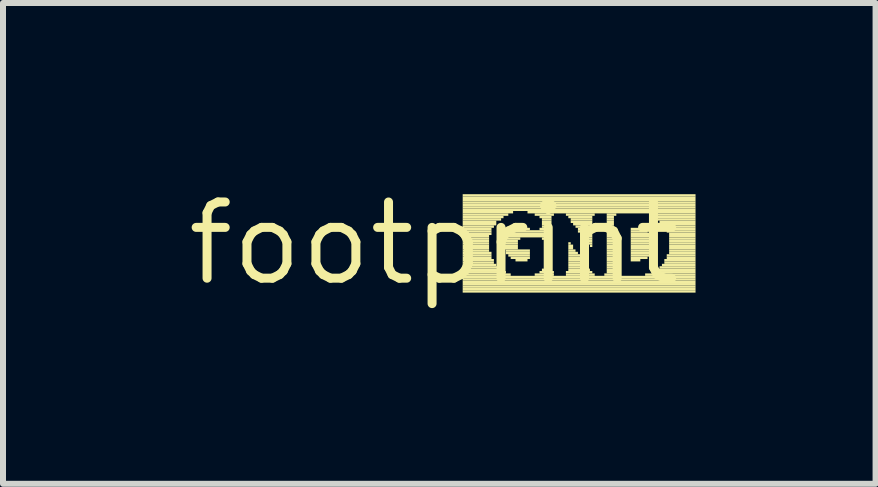
<source format=kicad_pcb>
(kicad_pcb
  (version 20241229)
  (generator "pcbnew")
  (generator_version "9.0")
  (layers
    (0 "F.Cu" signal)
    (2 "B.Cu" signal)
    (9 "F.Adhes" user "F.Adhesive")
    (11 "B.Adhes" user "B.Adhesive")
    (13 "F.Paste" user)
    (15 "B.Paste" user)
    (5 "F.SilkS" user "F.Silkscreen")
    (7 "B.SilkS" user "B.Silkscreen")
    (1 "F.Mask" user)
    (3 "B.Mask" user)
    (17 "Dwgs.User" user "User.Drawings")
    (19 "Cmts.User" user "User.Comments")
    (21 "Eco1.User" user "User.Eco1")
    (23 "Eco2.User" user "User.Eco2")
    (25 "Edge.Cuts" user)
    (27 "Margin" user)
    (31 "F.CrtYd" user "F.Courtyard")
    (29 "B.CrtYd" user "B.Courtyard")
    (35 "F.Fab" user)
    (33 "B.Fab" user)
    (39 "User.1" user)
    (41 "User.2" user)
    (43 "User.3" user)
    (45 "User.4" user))
  (footprint "footprint"
    (layer "F.Cu")
    (at 4.18 1.006)
    (property "Reference" "footprint" (at 0 0 0) (layer "F.SilkS") (effects (font (size 1.27 1.27) (thickness 0.15))))
    (fp_poly (pts (xy 0.48 -0.78) (xy 4.36 -0.78) (xy 4.36 -0.82) (xy 0.48 -0.82)) (stroke (width 0) (type solid)) (fill yes) (layer "F.SilkS"))
    (fp_poly (pts (xy 0.48 -0.74) (xy 4.36 -0.74) (xy 4.36 -0.78) (xy 0.48 -0.78)) (stroke (width 0) (type solid)) (fill yes) (layer "F.SilkS"))
    (fp_poly (pts (xy 0.48 -0.7) (xy 4.36 -0.7) (xy 4.36 -0.74) (xy 0.48 -0.74)) (stroke (width 0) (type solid)) (fill yes) (layer "F.SilkS"))
    (fp_poly (pts (xy 0.48 -0.66) (xy 4.36 -0.66) (xy 4.36 -0.7) (xy 0.48 -0.7)) (stroke (width 0) (type solid)) (fill yes) (layer "F.SilkS"))
    (fp_poly (pts (xy 0.48 -0.62) (xy 4.36 -0.62) (xy 4.36 -0.66) (xy 0.48 -0.66)) (stroke (width 0) (type solid)) (fill yes) (layer "F.SilkS"))
    (fp_poly (pts (xy 0.48 -0.58) (xy 4.36 -0.58) (xy 4.36 -0.62) (xy 0.48 -0.62)) (stroke (width 0) (type solid)) (fill yes) (layer "F.SilkS"))
    (fp_poly (pts (xy 0.48 -0.54) (xy 4.36 -0.54) (xy 4.36 -0.58) (xy 0.48 -0.58)) (stroke (width 0) (type solid)) (fill yes) (layer "F.SilkS"))
    (fp_poly (pts (xy 0.48 -0.5) (xy 1.32 -0.5) (xy 1.32 -0.54) (xy 0.48 -0.54)) (stroke (width 0) (type solid)) (fill yes) (layer "F.SilkS"))
    (fp_poly (pts (xy 0.48 -0.46) (xy 1.24 -0.46) (xy 1.24 -0.5) (xy 0.48 -0.5)) (stroke (width 0) (type solid)) (fill yes) (layer "F.SilkS"))
    (fp_poly (pts (xy 0.48 -0.42) (xy 1.16 -0.42) (xy 1.16 -0.46) (xy 0.48 -0.46)) (stroke (width 0) (type solid)) (fill yes) (layer "F.SilkS"))
    (fp_poly (pts (xy 0.48 -0.38) (xy 1.12 -0.38) (xy 1.12 -0.42) (xy 0.48 -0.42)) (stroke (width 0) (type solid)) (fill yes) (layer "F.SilkS"))
    (fp_poly (pts (xy 0.48 -0.34) (xy 1.04 -0.34) (xy 1.04 -0.38) (xy 0.48 -0.38)) (stroke (width 0) (type solid)) (fill yes) (layer "F.SilkS"))
    (fp_poly (pts (xy 0.48 -0.3) (xy 1.04 -0.3) (xy 1.04 -0.34) (xy 0.48 -0.34)) (stroke (width 0) (type solid)) (fill yes) (layer "F.SilkS"))
    (fp_poly (pts (xy 0.48 -0.26) (xy 1 -0.26) (xy 1 -0.3) (xy 0.48 -0.3)) (stroke (width 0) (type solid)) (fill yes) (layer "F.SilkS"))
    (fp_poly (pts (xy 0.48 -0.22) (xy 0.96 -0.22) (xy 0.96 -0.26) (xy 0.48 -0.26)) (stroke (width 0) (type solid)) (fill yes) (layer "F.SilkS"))
    (fp_poly (pts (xy 0.48 -0.18) (xy 0.96 -0.18) (xy 0.96 -0.22) (xy 0.48 -0.22)) (stroke (width 0) (type solid)) (fill yes) (layer "F.SilkS"))
    (fp_poly (pts (xy 0.48 -0.14) (xy 0.96 -0.14) (xy 0.96 -0.18) (xy 0.48 -0.18)) (stroke (width 0) (type solid)) (fill yes) (layer "F.SilkS"))
    (fp_poly (pts (xy 0.48 -0.1) (xy 0.92 -0.1) (xy 0.92 -0.14) (xy 0.48 -0.14)) (stroke (width 0) (type solid)) (fill yes) (layer "F.SilkS"))
    (fp_poly (pts (xy 0.48 -0.06) (xy 0.92 -0.06) (xy 0.92 -0.1) (xy 0.48 -0.1)) (stroke (width 0) (type solid)) (fill yes) (layer "F.SilkS"))
    (fp_poly (pts (xy 0.48 -0.02) (xy 0.92 -0.02) (xy 0.92 -0.06) (xy 0.48 -0.06)) (stroke (width 0) (type solid)) (fill yes) (layer "F.SilkS"))
    (fp_poly (pts (xy 0.48 0.02) (xy 0.92 0.02) (xy 0.92 -0.02) (xy 0.48 -0.02)) (stroke (width 0) (type solid)) (fill yes) (layer "F.SilkS"))
    (fp_poly (pts (xy 0.48 0.06) (xy 0.92 0.06) (xy 0.92 0.02) (xy 0.48 0.02)) (stroke (width 0) (type solid)) (fill yes) (layer "F.SilkS"))
    (fp_poly (pts (xy 0.48 0.1) (xy 0.92 0.1) (xy 0.92 0.06) (xy 0.48 0.06)) (stroke (width 0) (type solid)) (fill yes) (layer "F.SilkS"))
    (fp_poly (pts (xy 0.48 0.14) (xy 0.92 0.14) (xy 0.92 0.1) (xy 0.48 0.1)) (stroke (width 0) (type solid)) (fill yes) (layer "F.SilkS"))
    (fp_poly (pts (xy 0.48 0.18) (xy 0.96 0.18) (xy 0.96 0.14) (xy 0.48 0.14)) (stroke (width 0) (type solid)) (fill yes) (layer "F.SilkS"))
    (fp_poly (pts (xy 0.48 0.22) (xy 0.96 0.22) (xy 0.96 0.18) (xy 0.48 0.18)) (stroke (width 0) (type solid)) (fill yes) (layer "F.SilkS"))
    (fp_poly (pts (xy 0.48 0.26) (xy 0.96 0.26) (xy 0.96 0.22) (xy 0.48 0.22)) (stroke (width 0) (type solid)) (fill yes) (layer "F.SilkS"))
    (fp_poly (pts (xy 0.48 0.3) (xy 1 0.3) (xy 1 0.26) (xy 0.48 0.26)) (stroke (width 0) (type solid)) (fill yes) (layer "F.SilkS"))
    (fp_poly (pts (xy 0.48 0.34) (xy 1 0.34) (xy 1 0.3) (xy 0.48 0.3)) (stroke (width 0) (type solid)) (fill yes) (layer "F.SilkS"))
    (fp_poly (pts (xy 0.48 0.38) (xy 1.04 0.38) (xy 1.04 0.34) (xy 0.48 0.34)) (stroke (width 0) (type solid)) (fill yes) (layer "F.SilkS"))
    (fp_poly (pts (xy 0.48 0.42) (xy 1.08 0.42) (xy 1.08 0.38) (xy 0.48 0.38)) (stroke (width 0) (type solid)) (fill yes) (layer "F.SilkS"))
    (fp_poly (pts (xy 0.48 0.46) (xy 1.12 0.46) (xy 1.12 0.42) (xy 0.48 0.42)) (stroke (width 0) (type solid)) (fill yes) (layer "F.SilkS"))
    (fp_poly (pts (xy 0.48 0.5) (xy 1.2 0.5) (xy 1.2 0.46) (xy 0.48 0.46)) (stroke (width 0) (type solid)) (fill yes) (layer "F.SilkS"))
    (fp_poly (pts (xy 0.48 0.54) (xy 1.28 0.54) (xy 1.28 0.5) (xy 0.48 0.5)) (stroke (width 0) (type solid)) (fill yes) (layer "F.SilkS"))
    (fp_poly (pts (xy 0.48 0.58) (xy 4.36 0.58) (xy 4.36 0.54) (xy 0.48 0.54)) (stroke (width 0) (type solid)) (fill yes) (layer "F.SilkS"))
    (fp_poly (pts (xy 0.48 0.62) (xy 4.36 0.62) (xy 4.36 0.58) (xy 0.48 0.58)) (stroke (width 0) (type solid)) (fill yes) (layer "F.SilkS"))
    (fp_poly (pts (xy 0.48 0.66) (xy 4.36 0.66) (xy 4.36 0.62) (xy 0.48 0.62)) (stroke (width 0) (type solid)) (fill yes) (layer "F.SilkS"))
    (fp_poly (pts (xy 0.48 0.7) (xy 4.36 0.7) (xy 4.36 0.66) (xy 0.48 0.66)) (stroke (width 0) (type solid)) (fill yes) (layer "F.SilkS"))
    (fp_poly (pts (xy 0.48 0.74) (xy 4.36 0.74) (xy 4.36 0.7) (xy 0.48 0.7)) (stroke (width 0) (type solid)) (fill yes) (layer "F.SilkS"))
    (fp_poly (pts (xy 0.48 0.78) (xy 4.36 0.78) (xy 4.36 0.74) (xy 0.48 0.74)) (stroke (width 0) (type solid)) (fill yes) (layer "F.SilkS"))
    (fp_poly (pts (xy 0.48 0.82) (xy 4.36 0.82) (xy 4.36 0.78) (xy 0.48 0.78)) (stroke (width 0) (type solid)) (fill yes) (layer "F.SilkS"))
    (fp_poly (pts (xy 1.16 -0.06) (xy 1.44 -0.06) (xy 1.44 -0.1) (xy 1.16 -0.1)) (stroke (width 0) (type solid)) (fill yes) (layer "F.SilkS"))
    (fp_poly (pts (xy 1.16 -0.02) (xy 1.4 -0.02) (xy 1.4 -0.06) (xy 1.16 -0.06)) (stroke (width 0) (type solid)) (fill yes) (layer "F.SilkS"))
    (fp_poly (pts (xy 1.16 0.02) (xy 1.4 0.02) (xy 1.4 -0.02) (xy 1.16 -0.02)) (stroke (width 0) (type solid)) (fill yes) (layer "F.SilkS"))
    (fp_poly (pts (xy 1.16 0.06) (xy 1.4 0.06) (xy 1.4 0.02) (xy 1.16 0.02)) (stroke (width 0) (type solid)) (fill yes) (layer "F.SilkS"))
    (fp_poly (pts (xy 1.16 0.1) (xy 1.4 0.1) (xy 1.4 0.06) (xy 1.16 0.06)) (stroke (width 0) (type solid)) (fill yes) (layer "F.SilkS"))
    (fp_poly (pts (xy 1.2 -0.14) (xy 1.96 -0.14) (xy 1.96 -0.18) (xy 1.2 -0.18)) (stroke (width 0) (type solid)) (fill yes) (layer "F.SilkS"))
    (fp_poly (pts (xy 1.2 -0.1) (xy 1.96 -0.1) (xy 1.96 -0.14) (xy 1.2 -0.14)) (stroke (width 0) (type solid)) (fill yes) (layer "F.SilkS"))
    (fp_poly (pts (xy 1.2 0.14) (xy 1.6 0.14) (xy 1.6 0.1) (xy 1.2 0.1)) (stroke (width 0) (type solid)) (fill yes) (layer "F.SilkS"))
    (fp_poly (pts (xy 1.2 0.18) (xy 1.6 0.18) (xy 1.6 0.14) (xy 1.2 0.14)) (stroke (width 0) (type solid)) (fill yes) (layer "F.SilkS"))
    (fp_poly (pts (xy 1.24 -0.18) (xy 1.96 -0.18) (xy 1.96 -0.22) (xy 1.24 -0.22)) (stroke (width 0) (type solid)) (fill yes) (layer "F.SilkS"))
    (fp_poly (pts (xy 1.24 0.22) (xy 1.6 0.22) (xy 1.6 0.18) (xy 1.24 0.18)) (stroke (width 0) (type solid)) (fill yes) (layer "F.SilkS"))
    (fp_poly (pts (xy 1.28 0.26) (xy 1.6 0.26) (xy 1.6 0.22) (xy 1.28 0.22)) (stroke (width 0) (type solid)) (fill yes) (layer "F.SilkS"))
    (fp_poly (pts (xy 1.32 -0.22) (xy 1.6 -0.22) (xy 1.6 -0.26) (xy 1.32 -0.26)) (stroke (width 0) (type solid)) (fill yes) (layer "F.SilkS"))
    (fp_poly (pts (xy 1.36 0.3) (xy 1.56 0.3) (xy 1.56 0.26) (xy 1.36 0.26)) (stroke (width 0) (type solid)) (fill yes) (layer "F.SilkS"))
    (fp_poly (pts (xy 1.56 -0.5) (xy 4.36 -0.5) (xy 4.36 -0.54) (xy 1.56 -0.54)) (stroke (width 0) (type solid)) (fill yes) (layer "F.SilkS"))
    (fp_poly (pts (xy 1.68 -0.46) (xy 2 -0.46) (xy 2 -0.5) (xy 1.68 -0.5)) (stroke (width 0) (type solid)) (fill yes) (layer "F.SilkS"))
    (fp_poly (pts (xy 1.68 0.54) (xy 2 0.54) (xy 2 0.5) (xy 1.68 0.5)) (stroke (width 0) (type solid)) (fill yes) (layer "F.SilkS"))
    (fp_poly (pts (xy 1.76 -0.42) (xy 1.96 -0.42) (xy 1.96 -0.46) (xy 1.76 -0.46)) (stroke (width 0) (type solid)) (fill yes) (layer "F.SilkS"))
    (fp_poly (pts (xy 1.76 -0.22) (xy 1.96 -0.22) (xy 1.96 -0.26) (xy 1.76 -0.26)) (stroke (width 0) (type solid)) (fill yes) (layer "F.SilkS"))
    (fp_poly (pts (xy 1.76 0.5) (xy 2 0.5) (xy 2 0.46) (xy 1.76 0.46)) (stroke (width 0) (type solid)) (fill yes) (layer "F.SilkS"))
    (fp_poly (pts (xy 1.8 -0.38) (xy 1.96 -0.38) (xy 1.96 -0.42) (xy 1.8 -0.42)) (stroke (width 0) (type solid)) (fill yes) (layer "F.SilkS"))
    (fp_poly (pts (xy 1.8 -0.34) (xy 1.96 -0.34) (xy 1.96 -0.38) (xy 1.8 -0.38)) (stroke (width 0) (type solid)) (fill yes) (layer "F.SilkS"))
    (fp_poly (pts (xy 1.8 -0.3) (xy 1.96 -0.3) (xy 1.96 -0.34) (xy 1.8 -0.34)) (stroke (width 0) (type solid)) (fill yes) (layer "F.SilkS"))
    (fp_poly (pts (xy 1.8 -0.26) (xy 1.96 -0.26) (xy 1.96 -0.3) (xy 1.8 -0.3)) (stroke (width 0) (type solid)) (fill yes) (layer "F.SilkS"))
    (fp_poly (pts (xy 1.8 -0.06) (xy 1.96 -0.06) (xy 1.96 -0.1) (xy 1.8 -0.1)) (stroke (width 0) (type solid)) (fill yes) (layer "F.SilkS"))
    (fp_poly (pts (xy 1.8 0.46) (xy 1.96 0.46) (xy 1.96 0.42) (xy 1.8 0.42)) (stroke (width 0) (type solid)) (fill yes) (layer "F.SilkS"))
    (fp_poly (pts (xy 1.84 -0.02) (xy 1.96 -0.02) (xy 1.96 -0.06) (xy 1.84 -0.06)) (stroke (width 0) (type solid)) (fill yes) (layer "F.SilkS"))
    (fp_poly (pts (xy 1.84 0.02) (xy 1.96 0.02) (xy 1.96 -0.02) (xy 1.84 -0.02)) (stroke (width 0) (type solid)) (fill yes) (layer "F.SilkS"))
    (fp_poly (pts (xy 1.84 0.06) (xy 1.96 0.06) (xy 1.96 0.02) (xy 1.84 0.02)) (stroke (width 0) (type solid)) (fill yes) (layer "F.SilkS"))
    (fp_poly (pts (xy 1.84 0.1) (xy 1.96 0.1) (xy 1.96 0.06) (xy 1.84 0.06)) (stroke (width 0) (type solid)) (fill yes) (layer "F.SilkS"))
    (fp_poly (pts (xy 1.84 0.14) (xy 1.96 0.14) (xy 1.96 0.1) (xy 1.84 0.1)) (stroke (width 0) (type solid)) (fill yes) (layer "F.SilkS"))
    (fp_poly (pts (xy 1.84 0.18) (xy 1.96 0.18) (xy 1.96 0.14) (xy 1.84 0.14)) (stroke (width 0) (type solid)) (fill yes) (layer "F.SilkS"))
    (fp_poly (pts (xy 1.84 0.22) (xy 1.96 0.22) (xy 1.96 0.18) (xy 1.84 0.18)) (stroke (width 0) (type solid)) (fill yes) (layer "F.SilkS"))
    (fp_poly (pts (xy 1.84 0.26) (xy 1.96 0.26) (xy 1.96 0.22) (xy 1.84 0.22)) (stroke (width 0) (type solid)) (fill yes) (layer "F.SilkS"))
    (fp_poly (pts (xy 1.84 0.3) (xy 1.96 0.3) (xy 1.96 0.26) (xy 1.84 0.26)) (stroke (width 0) (type solid)) (fill yes) (layer "F.SilkS"))
    (fp_poly (pts (xy 1.84 0.34) (xy 1.96 0.34) (xy 1.96 0.3) (xy 1.84 0.3)) (stroke (width 0) (type solid)) (fill yes) (layer "F.SilkS"))
    (fp_poly (pts (xy 1.84 0.38) (xy 1.96 0.38) (xy 1.96 0.34) (xy 1.84 0.34)) (stroke (width 0) (type solid)) (fill yes) (layer "F.SilkS"))
    (fp_poly (pts (xy 1.84 0.42) (xy 1.96 0.42) (xy 1.96 0.38) (xy 1.84 0.38)) (stroke (width 0) (type solid)) (fill yes) (layer "F.SilkS"))
    (fp_poly (pts (xy 2.2 -0.46) (xy 2.68 -0.46) (xy 2.68 -0.5) (xy 2.2 -0.5)) (stroke (width 0) (type solid)) (fill yes) (layer "F.SilkS"))
    (fp_poly (pts (xy 2.2 0.5) (xy 2.64 0.5) (xy 2.64 0.46) (xy 2.2 0.46)) (stroke (width 0) (type solid)) (fill yes) (layer "F.SilkS"))
    (fp_poly (pts (xy 2.2 0.54) (xy 2.68 0.54) (xy 2.68 0.5) (xy 2.2 0.5)) (stroke (width 0) (type solid)) (fill yes) (layer "F.SilkS"))
    (fp_poly (pts (xy 2.24 -0.42) (xy 2.64 -0.42) (xy 2.64 -0.46) (xy 2.24 -0.46)) (stroke (width 0) (type solid)) (fill yes) (layer "F.SilkS"))
    (fp_poly (pts (xy 2.24 0.02) (xy 2.28 0.02) (xy 2.28 -0.02) (xy 2.24 -0.02)) (stroke (width 0) (type solid)) (fill yes) (layer "F.SilkS"))
    (fp_poly (pts (xy 2.24 0.06) (xy 2.32 0.06) (xy 2.32 0.02) (xy 2.24 0.02)) (stroke (width 0) (type solid)) (fill yes) (layer "F.SilkS"))
    (fp_poly (pts (xy 2.24 0.1) (xy 2.32 0.1) (xy 2.32 0.06) (xy 2.24 0.06)) (stroke (width 0) (type solid)) (fill yes) (layer "F.SilkS"))
    (fp_poly (pts (xy 2.24 0.14) (xy 2.36 0.14) (xy 2.36 0.1) (xy 2.24 0.1)) (stroke (width 0) (type solid)) (fill yes) (layer "F.SilkS"))
    (fp_poly (pts (xy 2.24 0.18) (xy 2.4 0.18) (xy 2.4 0.14) (xy 2.24 0.14)) (stroke (width 0) (type solid)) (fill yes) (layer "F.SilkS"))
    (fp_poly (pts (xy 2.24 0.22) (xy 2.44 0.22) (xy 2.44 0.18) (xy 2.24 0.18)) (stroke (width 0) (type solid)) (fill yes) (layer "F.SilkS"))
    (fp_poly (pts (xy 2.24 0.26) (xy 2.44 0.26) (xy 2.44 0.22) (xy 2.24 0.22)) (stroke (width 0) (type solid)) (fill yes) (layer "F.SilkS"))
    (fp_poly (pts (xy 2.24 0.3) (xy 2.48 0.3) (xy 2.48 0.26) (xy 2.24 0.26)) (stroke (width 0) (type solid)) (fill yes) (layer "F.SilkS"))
    (fp_poly (pts (xy 2.24 0.34) (xy 2.52 0.34) (xy 2.52 0.3) (xy 2.24 0.3)) (stroke (width 0) (type solid)) (fill yes) (layer "F.SilkS"))
    (fp_poly (pts (xy 2.24 0.38) (xy 2.56 0.38) (xy 2.56 0.34) (xy 2.24 0.34)) (stroke (width 0) (type solid)) (fill yes) (layer "F.SilkS"))
    (fp_poly (pts (xy 2.24 0.42) (xy 2.56 0.42) (xy 2.56 0.38) (xy 2.24 0.38)) (stroke (width 0) (type solid)) (fill yes) (layer "F.SilkS"))
    (fp_poly (pts (xy 2.24 0.46) (xy 2.6 0.46) (xy 2.6 0.42) (xy 2.24 0.42)) (stroke (width 0) (type solid)) (fill yes) (layer "F.SilkS"))
    (fp_poly (pts (xy 2.28 -0.38) (xy 2.64 -0.38) (xy 2.64 -0.42) (xy 2.28 -0.42)) (stroke (width 0) (type solid)) (fill yes) (layer "F.SilkS"))
    (fp_poly (pts (xy 2.28 -0.34) (xy 2.64 -0.34) (xy 2.64 -0.38) (xy 2.28 -0.38)) (stroke (width 0) (type solid)) (fill yes) (layer "F.SilkS"))
    (fp_poly (pts (xy 2.32 -0.3) (xy 2.64 -0.3) (xy 2.64 -0.34) (xy 2.32 -0.34)) (stroke (width 0) (type solid)) (fill yes) (layer "F.SilkS"))
    (fp_poly (pts (xy 2.36 -0.26) (xy 2.64 -0.26) (xy 2.64 -0.3) (xy 2.36 -0.3)) (stroke (width 0) (type solid)) (fill yes) (layer "F.SilkS"))
    (fp_poly (pts (xy 2.4 -0.22) (xy 2.64 -0.22) (xy 2.64 -0.26) (xy 2.4 -0.26)) (stroke (width 0) (type solid)) (fill yes) (layer "F.SilkS"))
    (fp_poly (pts (xy 2.4 -0.18) (xy 2.64 -0.18) (xy 2.64 -0.22) (xy 2.4 -0.22)) (stroke (width 0) (type solid)) (fill yes) (layer "F.SilkS"))
    (fp_poly (pts (xy 2.44 -0.14) (xy 2.64 -0.14) (xy 2.64 -0.18) (xy 2.44 -0.18)) (stroke (width 0) (type solid)) (fill yes) (layer "F.SilkS"))
    (fp_poly (pts (xy 2.48 -0.1) (xy 2.64 -0.1) (xy 2.64 -0.14) (xy 2.48 -0.14)) (stroke (width 0) (type solid)) (fill yes) (layer "F.SilkS"))
    (fp_poly (pts (xy 2.52 -0.06) (xy 2.64 -0.06) (xy 2.64 -0.1) (xy 2.52 -0.1)) (stroke (width 0) (type solid)) (fill yes) (layer "F.SilkS"))
    (fp_poly (pts (xy 2.52 -0.02) (xy 2.64 -0.02) (xy 2.64 -0.06) (xy 2.52 -0.06)) (stroke (width 0) (type solid)) (fill yes) (layer "F.SilkS"))
    (fp_poly (pts (xy 2.56 0.02) (xy 2.64 0.02) (xy 2.64 -0.02) (xy 2.56 -0.02)) (stroke (width 0) (type solid)) (fill yes) (layer "F.SilkS"))
    (fp_poly (pts (xy 2.6 0.06) (xy 2.64 0.06) (xy 2.64 0.02) (xy 2.6 0.02)) (stroke (width 0) (type solid)) (fill yes) (layer "F.SilkS"))
    (fp_poly (pts (xy 2.84 0.54) (xy 3.04 0.54) (xy 3.04 0.5) (xy 2.84 0.5)) (stroke (width 0) (type solid)) (fill yes) (layer "F.SilkS"))
    (fp_poly (pts (xy 2.88 -0.46) (xy 3.04 -0.46) (xy 3.04 -0.5) (xy 2.88 -0.5)) (stroke (width 0) (type solid)) (fill yes) (layer "F.SilkS"))
    (fp_poly (pts (xy 2.88 -0.42) (xy 3 -0.42) (xy 3 -0.46) (xy 2.88 -0.46)) (stroke (width 0) (type solid)) (fill yes) (layer "F.SilkS"))
    (fp_poly (pts (xy 2.88 -0.38) (xy 3 -0.38) (xy 3 -0.42) (xy 2.88 -0.42)) (stroke (width 0) (type solid)) (fill yes) (layer "F.SilkS"))
    (fp_poly (pts (xy 2.88 -0.34) (xy 3 -0.34) (xy 3 -0.38) (xy 2.88 -0.38)) (stroke (width 0) (type solid)) (fill yes) (layer "F.SilkS"))
    (fp_poly (pts (xy 2.88 -0.3) (xy 3 -0.3) (xy 3 -0.34) (xy 2.88 -0.34)) (stroke (width 0) (type solid)) (fill yes) (layer "F.SilkS"))
    (fp_poly (pts (xy 2.88 -0.26) (xy 3 -0.26) (xy 3 -0.3) (xy 2.88 -0.3)) (stroke (width 0) (type solid)) (fill yes) (layer "F.SilkS"))
    (fp_poly (pts (xy 2.88 -0.22) (xy 3 -0.22) (xy 3 -0.26) (xy 2.88 -0.26)) (stroke (width 0) (type solid)) (fill yes) (layer "F.SilkS"))
    (fp_poly (pts (xy 2.88 -0.18) (xy 3 -0.18) (xy 3 -0.22) (xy 2.88 -0.22)) (stroke (width 0) (type solid)) (fill yes) (layer "F.SilkS"))
    (fp_poly (pts (xy 2.88 -0.14) (xy 3 -0.14) (xy 3 -0.18) (xy 2.88 -0.18)) (stroke (width 0) (type solid)) (fill yes) (layer "F.SilkS"))
    (fp_poly (pts (xy 2.88 -0.1) (xy 3 -0.1) (xy 3 -0.14) (xy 2.88 -0.14)) (stroke (width 0) (type solid)) (fill yes) (layer "F.SilkS"))
    (fp_poly (pts (xy 2.88 -0.06) (xy 3 -0.06) (xy 3 -0.1) (xy 2.88 -0.1)) (stroke (width 0) (type solid)) (fill yes) (layer "F.SilkS"))
    (fp_poly (pts (xy 2.88 -0.02) (xy 3 -0.02) (xy 3 -0.06) (xy 2.88 -0.06)) (stroke (width 0) (type solid)) (fill yes) (layer "F.SilkS"))
    (fp_poly (pts (xy 2.88 0.02) (xy 3 0.02) (xy 3 -0.02) (xy 2.88 -0.02)) (stroke (width 0) (type solid)) (fill yes) (layer "F.SilkS"))
    (fp_poly (pts (xy 2.88 0.06) (xy 3 0.06) (xy 3 0.02) (xy 2.88 0.02)) (stroke (width 0) (type solid)) (fill yes) (layer "F.SilkS"))
    (fp_poly (pts (xy 2.88 0.1) (xy 3 0.1) (xy 3 0.06) (xy 2.88 0.06)) (stroke (width 0) (type solid)) (fill yes) (layer "F.SilkS"))
    (fp_poly (pts (xy 2.88 0.14) (xy 3 0.14) (xy 3 0.1) (xy 2.88 0.1)) (stroke (width 0) (type solid)) (fill yes) (layer "F.SilkS"))
    (fp_poly (pts (xy 2.88 0.18) (xy 3 0.18) (xy 3 0.14) (xy 2.88 0.14)) (stroke (width 0) (type solid)) (fill yes) (layer "F.SilkS"))
    (fp_poly (pts (xy 2.88 0.22) (xy 3 0.22) (xy 3 0.18) (xy 2.88 0.18)) (stroke (width 0) (type solid)) (fill yes) (layer "F.SilkS"))
    (fp_poly (pts (xy 2.88 0.26) (xy 3 0.26) (xy 3 0.22) (xy 2.88 0.22)) (stroke (width 0) (type solid)) (fill yes) (layer "F.SilkS"))
    (fp_poly (pts (xy 2.88 0.3) (xy 3 0.3) (xy 3 0.26) (xy 2.88 0.26)) (stroke (width 0) (type solid)) (fill yes) (layer "F.SilkS"))
    (fp_poly (pts (xy 2.88 0.34) (xy 3 0.34) (xy 3 0.3) (xy 2.88 0.3)) (stroke (width 0) (type solid)) (fill yes) (layer "F.SilkS"))
    (fp_poly (pts (xy 2.88 0.38) (xy 3 0.38) (xy 3 0.34) (xy 2.88 0.34)) (stroke (width 0) (type solid)) (fill yes) (layer "F.SilkS"))
    (fp_poly (pts (xy 2.88 0.42) (xy 3 0.42) (xy 3 0.38) (xy 2.88 0.38)) (stroke (width 0) (type solid)) (fill yes) (layer "F.SilkS"))
    (fp_poly (pts (xy 2.88 0.46) (xy 3 0.46) (xy 3 0.42) (xy 2.88 0.42)) (stroke (width 0) (type solid)) (fill yes) (layer "F.SilkS"))
    (fp_poly (pts (xy 2.88 0.5) (xy 3.04 0.5) (xy 3.04 0.46) (xy 2.88 0.46)) (stroke (width 0) (type solid)) (fill yes) (layer "F.SilkS"))
    (fp_poly (pts (xy 3.28 -0.22) (xy 3.52 -0.22) (xy 3.52 -0.26) (xy 3.28 -0.26)) (stroke (width 0) (type solid)) (fill yes) (layer "F.SilkS"))
    (fp_poly (pts (xy 3.28 -0.18) (xy 3.56 -0.18) (xy 3.56 -0.22) (xy 3.28 -0.22)) (stroke (width 0) (type solid)) (fill yes) (layer "F.SilkS"))
    (fp_poly (pts (xy 3.28 -0.14) (xy 3.6 -0.14) (xy 3.6 -0.18) (xy 3.28 -0.18)) (stroke (width 0) (type solid)) (fill yes) (layer "F.SilkS"))
    (fp_poly (pts (xy 3.28 -0.1) (xy 3.64 -0.1) (xy 3.64 -0.14) (xy 3.28 -0.14)) (stroke (width 0) (type solid)) (fill yes) (layer "F.SilkS"))
    (fp_poly (pts (xy 3.28 -0.06) (xy 3.68 -0.06) (xy 3.68 -0.1) (xy 3.28 -0.1)) (stroke (width 0) (type solid)) (fill yes) (layer "F.SilkS"))
    (fp_poly (pts (xy 3.28 -0.02) (xy 3.68 -0.02) (xy 3.68 -0.06) (xy 3.28 -0.06)) (stroke (width 0) (type solid)) (fill yes) (layer "F.SilkS"))
    (fp_poly (pts (xy 3.28 0.02) (xy 3.68 0.02) (xy 3.68 -0.02) (xy 3.28 -0.02)) (stroke (width 0) (type solid)) (fill yes) (layer "F.SilkS"))
    (fp_poly (pts (xy 3.28 0.06) (xy 3.68 0.06) (xy 3.68 0.02) (xy 3.28 0.02)) (stroke (width 0) (type solid)) (fill yes) (layer "F.SilkS"))
    (fp_poly (pts (xy 3.28 0.1) (xy 3.68 0.1) (xy 3.68 0.06) (xy 3.28 0.06)) (stroke (width 0) (type solid)) (fill yes) (layer "F.SilkS"))
    (fp_poly (pts (xy 3.28 0.14) (xy 3.64 0.14) (xy 3.64 0.1) (xy 3.28 0.1)) (stroke (width 0) (type solid)) (fill yes) (layer "F.SilkS"))
    (fp_poly (pts (xy 3.28 0.18) (xy 3.64 0.18) (xy 3.64 0.14) (xy 3.28 0.14)) (stroke (width 0) (type solid)) (fill yes) (layer "F.SilkS"))
    (fp_poly (pts (xy 3.28 0.22) (xy 3.6 0.22) (xy 3.6 0.18) (xy 3.28 0.18)) (stroke (width 0) (type solid)) (fill yes) (layer "F.SilkS"))
    (fp_poly (pts (xy 3.28 0.26) (xy 3.56 0.26) (xy 3.56 0.22) (xy 3.28 0.22)) (stroke (width 0) (type solid)) (fill yes) (layer "F.SilkS"))
    (fp_poly (pts (xy 3.28 0.3) (xy 3.44 0.3) (xy 3.44 0.26) (xy 3.28 0.26)) (stroke (width 0) (type solid)) (fill yes) (layer "F.SilkS"))
    (fp_poly (pts (xy 3.52 0.54) (xy 4.36 0.54) (xy 4.36 0.5) (xy 3.52 0.5)) (stroke (width 0) (type solid)) (fill yes) (layer "F.SilkS"))
    (fp_poly (pts (xy 3.6 -0.46) (xy 4.36 -0.46) (xy 4.36 -0.5) (xy 3.6 -0.5)) (stroke (width 0) (type solid)) (fill yes) (layer "F.SilkS"))
    (fp_poly (pts (xy 3.64 0.5) (xy 4.36 0.5) (xy 4.36 0.46) (xy 3.64 0.46)) (stroke (width 0) (type solid)) (fill yes) (layer "F.SilkS"))
    (fp_poly (pts (xy 3.68 -0.42) (xy 4.36 -0.42) (xy 4.36 -0.46) (xy 3.68 -0.46)) (stroke (width 0) (type solid)) (fill yes) (layer "F.SilkS"))
    (fp_poly (pts (xy 3.72 -0.38) (xy 4.36 -0.38) (xy 4.36 -0.42) (xy 3.72 -0.42)) (stroke (width 0) (type solid)) (fill yes) (layer "F.SilkS"))
    (fp_poly (pts (xy 3.72 0.46) (xy 4.36 0.46) (xy 4.36 0.42) (xy 3.72 0.42)) (stroke (width 0) (type solid)) (fill yes) (layer "F.SilkS"))
    (fp_poly (pts (xy 3.76 -0.34) (xy 4.36 -0.34) (xy 4.36 -0.38) (xy 3.76 -0.38)) (stroke (width 0) (type solid)) (fill yes) (layer "F.SilkS"))
    (fp_poly (pts (xy 3.76 0.42) (xy 4.36 0.42) (xy 4.36 0.38) (xy 3.76 0.38)) (stroke (width 0) (type solid)) (fill yes) (layer "F.SilkS"))
    (fp_poly (pts (xy 3.8 -0.3) (xy 4.36 -0.3) (xy 4.36 -0.34) (xy 3.8 -0.34)) (stroke (width 0) (type solid)) (fill yes) (layer "F.SilkS"))
    (fp_poly (pts (xy 3.8 0.38) (xy 4.36 0.38) (xy 4.36 0.34) (xy 3.8 0.34)) (stroke (width 0) (type solid)) (fill yes) (layer "F.SilkS"))
    (fp_poly (pts (xy 3.84 -0.26) (xy 4.36 -0.26) (xy 4.36 -0.3) (xy 3.84 -0.3)) (stroke (width 0) (type solid)) (fill yes) (layer "F.SilkS"))
    (fp_poly (pts (xy 3.84 0.3) (xy 4.36 0.3) (xy 4.36 0.26) (xy 3.84 0.26)) (stroke (width 0) (type solid)) (fill yes) (layer "F.SilkS"))
    (fp_poly (pts (xy 3.84 0.34) (xy 4.36 0.34) (xy 4.36 0.3) (xy 3.84 0.3)) (stroke (width 0) (type solid)) (fill yes) (layer "F.SilkS"))
    (fp_poly (pts (xy 3.88 -0.22) (xy 4.36 -0.22) (xy 4.36 -0.26) (xy 3.88 -0.26)) (stroke (width 0) (type solid)) (fill yes) (layer "F.SilkS"))
    (fp_poly (pts (xy 3.88 -0.18) (xy 4.36 -0.18) (xy 4.36 -0.22) (xy 3.88 -0.22)) (stroke (width 0) (type solid)) (fill yes) (layer "F.SilkS"))
    (fp_poly (pts (xy 3.88 0.22) (xy 4.36 0.22) (xy 4.36 0.18) (xy 3.88 0.18)) (stroke (width 0) (type solid)) (fill yes) (layer "F.SilkS"))
    (fp_poly (pts (xy 3.88 0.26) (xy 4.36 0.26) (xy 4.36 0.22) (xy 3.88 0.22)) (stroke (width 0) (type solid)) (fill yes) (layer "F.SilkS"))
    (fp_poly (pts (xy 3.92 -0.14) (xy 4.36 -0.14) (xy 4.36 -0.18) (xy 3.92 -0.18)) (stroke (width 0) (type solid)) (fill yes) (layer "F.SilkS"))
    (fp_poly (pts (xy 3.92 -0.1) (xy 4.36 -0.1) (xy 4.36 -0.14) (xy 3.92 -0.14)) (stroke (width 0) (type solid)) (fill yes) (layer "F.SilkS"))
    (fp_poly (pts (xy 3.92 -0.06) (xy 4.36 -0.06) (xy 4.36 -0.1) (xy 3.92 -0.1)) (stroke (width 0) (type solid)) (fill yes) (layer "F.SilkS"))
    (fp_poly (pts (xy 3.92 -0.02) (xy 4.36 -0.02) (xy 4.36 -0.06) (xy 3.92 -0.06)) (stroke (width 0) (type solid)) (fill yes) (layer "F.SilkS"))
    (fp_poly (pts (xy 3.92 0.02) (xy 4.36 0.02) (xy 4.36 -0.02) (xy 3.92 -0.02)) (stroke (width 0) (type solid)) (fill yes) (layer "F.SilkS"))
    (fp_poly (pts (xy 3.92 0.06) (xy 4.36 0.06) (xy 4.36 0.02) (xy 3.92 0.02)) (stroke (width 0) (type solid)) (fill yes) (layer "F.SilkS"))
    (fp_poly (pts (xy 3.92 0.1) (xy 4.36 0.1) (xy 4.36 0.06) (xy 3.92 0.06)) (stroke (width 0) (type solid)) (fill yes) (layer "F.SilkS"))
    (fp_poly (pts (xy 3.92 0.14) (xy 4.36 0.14) (xy 4.36 0.1) (xy 3.92 0.1)) (stroke (width 0) (type solid)) (fill yes) (layer "F.SilkS"))
    (fp_poly (pts (xy 3.92 0.18) (xy 4.36 0.18) (xy 4.36 0.14) (xy 3.92 0.14)) (stroke (width 0) (type solid)) (fill yes) (layer "F.SilkS")))
  (gr_rect
    (start -3 -3)
    (end 11.54 5.012)
    (stroke (width 0.1) (type default))
    (fill no)
    (layer "Edge.Cuts")))
</source>
